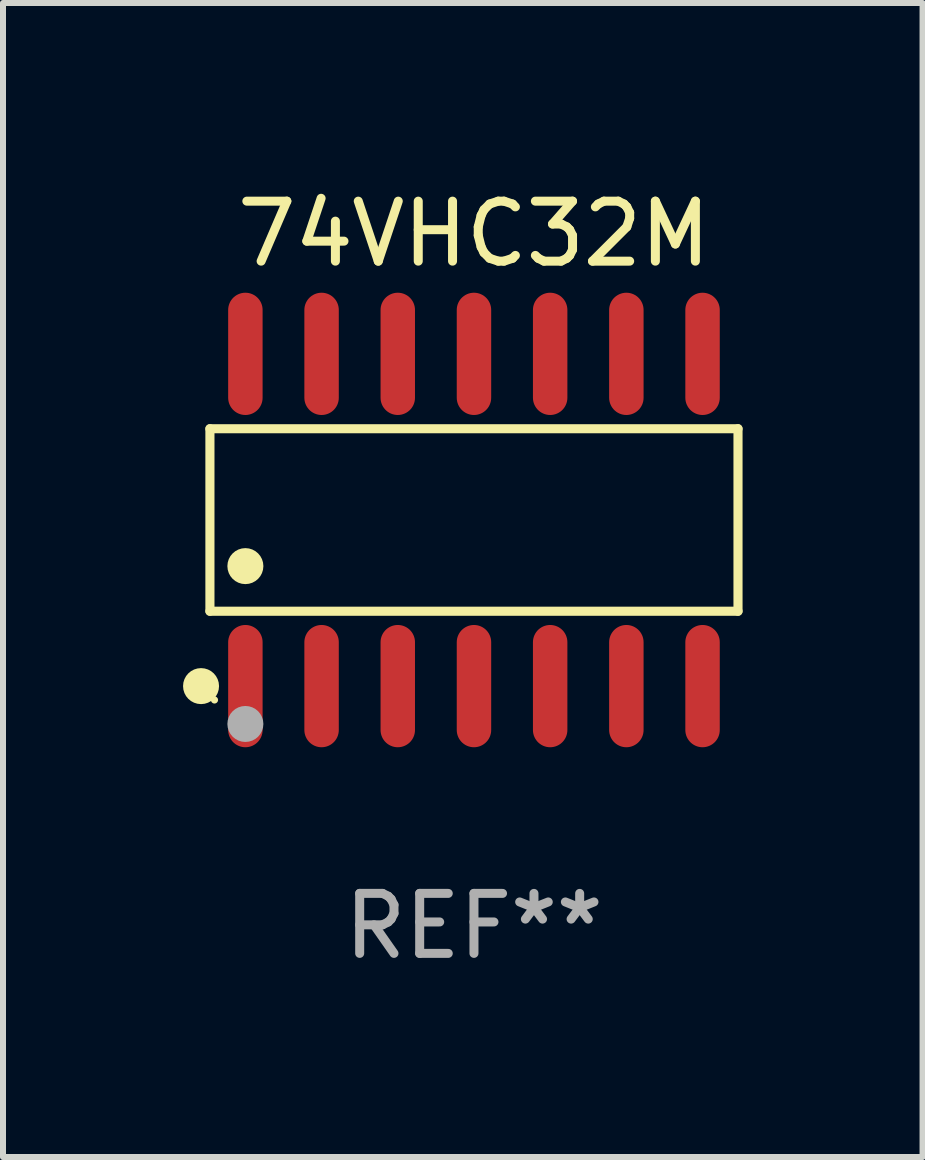
<source format=kicad_pcb>
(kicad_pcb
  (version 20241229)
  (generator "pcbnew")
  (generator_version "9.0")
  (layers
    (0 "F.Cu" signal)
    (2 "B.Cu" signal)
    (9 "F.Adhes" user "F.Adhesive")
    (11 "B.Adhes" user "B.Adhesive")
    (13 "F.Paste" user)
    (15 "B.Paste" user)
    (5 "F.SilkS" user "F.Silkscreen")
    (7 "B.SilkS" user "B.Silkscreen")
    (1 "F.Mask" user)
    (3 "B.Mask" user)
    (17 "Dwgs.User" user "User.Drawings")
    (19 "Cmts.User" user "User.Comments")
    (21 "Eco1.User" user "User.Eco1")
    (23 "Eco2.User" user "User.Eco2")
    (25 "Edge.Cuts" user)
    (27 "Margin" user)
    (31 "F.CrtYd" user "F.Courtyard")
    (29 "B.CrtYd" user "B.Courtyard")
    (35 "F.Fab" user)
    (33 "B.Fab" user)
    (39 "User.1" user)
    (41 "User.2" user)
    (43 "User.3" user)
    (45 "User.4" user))
  (footprint "74VHC32M"
    (layer "F.Cu")
    (at 4.85 5.617)
    (property "Reference" "74VHC32M" (at 0 -4.769 0) (layer "F.SilkS") (effects (font (size 1 1) (thickness 0.15))))
    (attr through_hole)
    (fp_line (start -4.401 -1.521) (end 4.401 -1.521) (stroke (width 0.152) (type solid)) (layer "F.SilkS"))
    (fp_line (start -4.401 1.521) (end -4.401 -1.521) (stroke (width 0.152) (type solid)) (layer "F.SilkS"))
    (fp_line (start 4.401 -1.521) (end 4.401 1.521) (stroke (width 0.152) (type solid)) (layer "F.SilkS"))
    (fp_line (start 4.401 1.521) (end -4.401 1.521) (stroke (width 0.152) (type solid)) (layer "F.SilkS"))
    (fp_circle (center -4.549 2.769) (end -4.399 2.769) (stroke (width 0.3) (type solid)) (fill no) (layer "F.SilkS"))
    (fp_circle (center -4.325 3) (end -4.295 3) (stroke (width 0.06) (type solid)) (fill no) (layer "F.SilkS"))
    (fp_circle (center -3.81 0.769) (end -3.66 0.769) (stroke (width 0.3) (type solid)) (fill no) (layer "F.SilkS"))
    (fp_circle (center -3.81 3.4) (end -3.66 3.4) (stroke (width 0.3) (type solid)) (fill no) (layer "F.Fab"))
    (fp_text user "REF**" (at 0 6.769 0) (layer "F.Fab") (effects (font (size 1 1) (thickness 0.15))))
    (pad "1" smd oval (at -3.81 2.769) (size 0.574 2.038) (layers "F.Cu" "F.Mask" "F.Paste"))
    (pad "2" smd oval (at -2.54 2.769) (size 0.574 2.038) (layers "F.Cu" "F.Mask" "F.Paste"))
    (pad "3" smd oval (at -1.27 2.769) (size 0.574 2.038) (layers "F.Cu" "F.Mask" "F.Paste"))
    (pad "4" smd oval (at 0 2.769) (size 0.574 2.038) (layers "F.Cu" "F.Mask" "F.Paste"))
    (pad "5" smd oval (at 1.27 2.769) (size 0.574 2.038) (layers "F.Cu" "F.Mask" "F.Paste"))
    (pad "6" smd oval (at 2.54 2.769) (size 0.574 2.038) (layers "F.Cu" "F.Mask" "F.Paste"))
    (pad "7" smd oval (at 3.81 2.769) (size 0.574 2.038) (layers "F.Cu" "F.Mask" "F.Paste"))
    (pad "8" smd oval (at 3.81 -2.769) (size 0.574 2.038) (layers "F.Cu" "F.Mask" "F.Paste"))
    (pad "9" smd oval (at 2.54 -2.769) (size 0.574 2.038) (layers "F.Cu" "F.Mask" "F.Paste"))
    (pad "10" smd oval (at 1.27 -2.769) (size 0.574 2.038) (layers "F.Cu" "F.Mask" "F.Paste"))
    (pad "11" smd oval (at 0 -2.769) (size 0.574 2.038) (layers "F.Cu" "F.Mask" "F.Paste"))
    (pad "12" smd oval (at -1.27 -2.769) (size 0.574 2.038) (layers "F.Cu" "F.Mask" "F.Paste"))
    (pad "13" smd oval (at -2.54 -2.769) (size 0.574 2.038) (layers "F.Cu" "F.Mask" "F.Paste"))
    (pad "14" smd oval (at -3.81 -2.769) (size 0.574 2.038) (layers "F.Cu" "F.Mask" "F.Paste")))
  (gr_rect
    (start -3 -3)
    (end 12.327 16.235)
    (stroke (width 0.1) (type default))
    (fill no)
    (layer "Edge.Cuts")))
</source>
